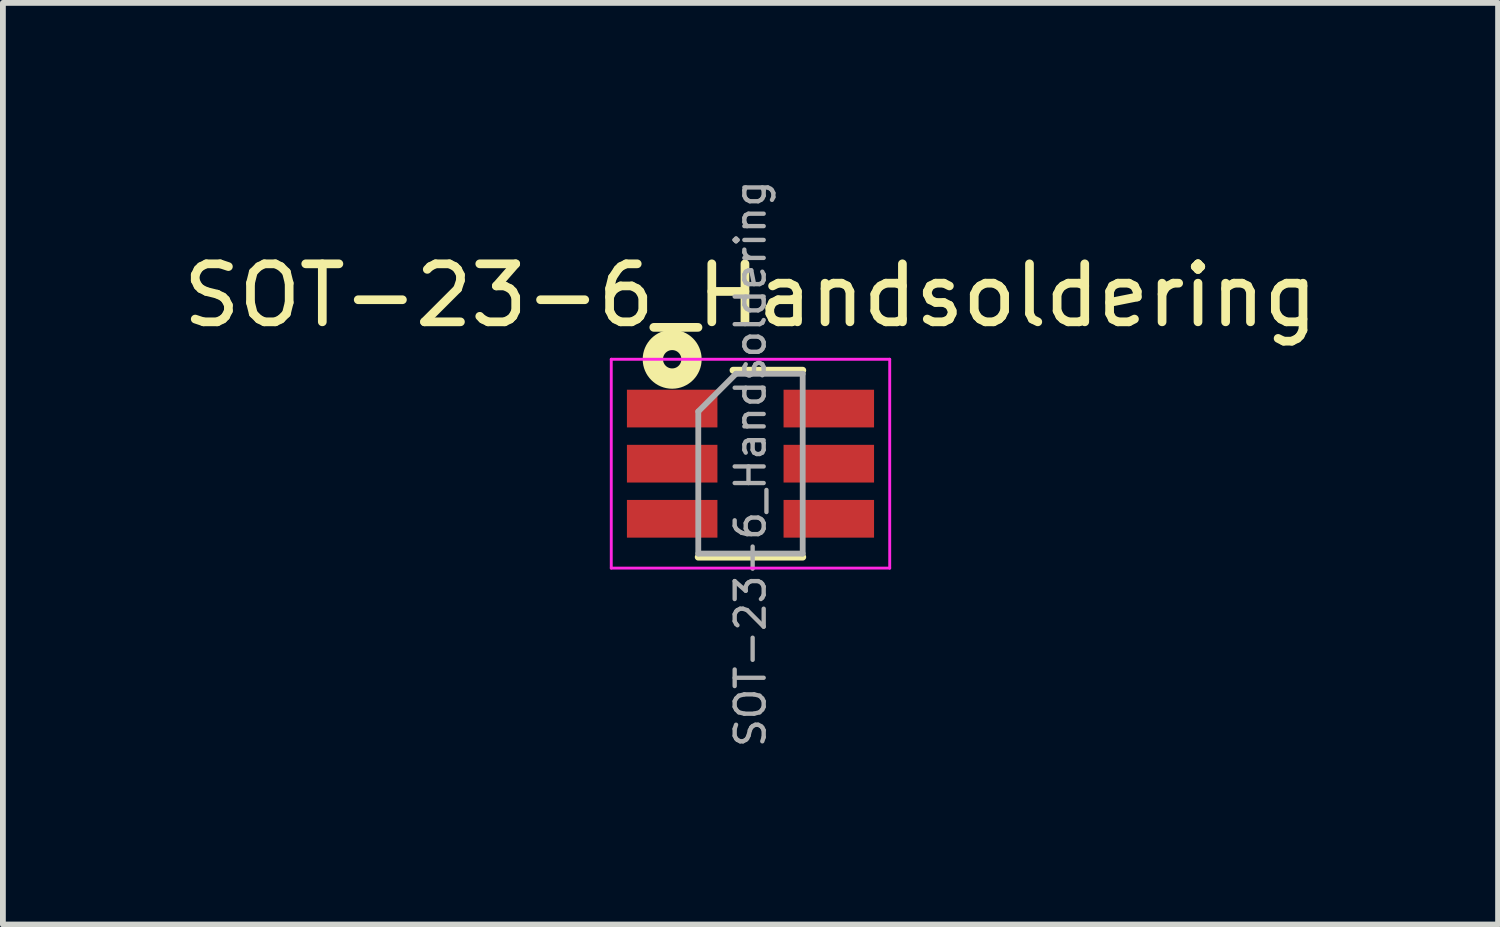
<source format=kicad_pcb>
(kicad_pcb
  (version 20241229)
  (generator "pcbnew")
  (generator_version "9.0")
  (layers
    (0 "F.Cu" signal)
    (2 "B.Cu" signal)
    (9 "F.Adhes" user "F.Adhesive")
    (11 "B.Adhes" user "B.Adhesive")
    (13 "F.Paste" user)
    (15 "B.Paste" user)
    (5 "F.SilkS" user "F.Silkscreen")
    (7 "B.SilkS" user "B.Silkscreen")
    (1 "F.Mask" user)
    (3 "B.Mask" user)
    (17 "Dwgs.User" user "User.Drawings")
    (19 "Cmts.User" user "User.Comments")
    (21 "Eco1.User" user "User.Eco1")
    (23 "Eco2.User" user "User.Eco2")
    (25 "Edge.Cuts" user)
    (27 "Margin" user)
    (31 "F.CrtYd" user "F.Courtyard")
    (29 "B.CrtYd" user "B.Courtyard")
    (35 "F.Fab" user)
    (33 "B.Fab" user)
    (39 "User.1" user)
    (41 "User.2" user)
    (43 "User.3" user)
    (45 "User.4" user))
  (footprint "SOT-23-6_Handsoldering"
    (layer "F.Cu")
    (at 9.887 4.943)
    (property "Reference" "SOT-23-6_Handsoldering" (at 0 -2.9 0) (layer "F.SilkS") (effects (font (size 1 1) (thickness 0.15))))
    (attr smd)
    (fp_line (start -0.9 1.61) (end 0.9 1.61) (stroke (width 0.12) (type solid)) (layer "F.SilkS"))
    (fp_line (start 0.9 -1.61) (end -0.3 -1.61) (stroke (width 0.12) (type solid)) (layer "F.SilkS"))
    (fp_circle (center -1.35 -1.8) (end -1.2 -1.85) (stroke (width 0.35) (type solid)) (fill no) (layer "F.SilkS"))
    (fp_line (start -2.4 -1.8) (end 2.4 -1.8) (stroke (width 0.05) (type solid)) (layer "F.CrtYd"))
    (fp_line (start -2.4 1.8) (end -2.4 -1.8) (stroke (width 0.05) (type solid)) (layer "F.CrtYd"))
    (fp_line (start 2.4 -1.8) (end 2.4 1.8) (stroke (width 0.05) (type solid)) (layer "F.CrtYd"))
    (fp_line (start 2.4 1.8) (end -2.4 1.8) (stroke (width 0.05) (type solid)) (layer "F.CrtYd"))
    (fp_line (start -0.9 -0.9) (end -0.9 1.55) (stroke (width 0.1) (type solid)) (layer "F.Fab"))
    (fp_line (start -0.9 -0.9) (end -0.25 -1.55) (stroke (width 0.1) (type solid)) (layer "F.Fab"))
    (fp_line (start 0.9 -1.55) (end -0.25 -1.55) (stroke (width 0.1) (type solid)) (layer "F.Fab"))
    (fp_line (start 0.9 -1.55) (end 0.9 1.55) (stroke (width 0.1) (type solid)) (layer "F.Fab"))
    (fp_line (start 0.9 1.55) (end -0.9 1.55) (stroke (width 0.1) (type solid)) (layer "F.Fab"))
    (fp_text user "${REFERENCE}" (at 0 0 90) (layer "F.Fab") (effects (font (size 0.5 0.5) (thickness 0.075))))
    (pad "1" smd rect (at -1.35 -0.95) (size 1.56 0.65) (layers "F.Cu" "F.Mask" "F.Paste"))
    (pad "2" smd rect (at -1.35 0) (size 1.56 0.65) (layers "F.Cu" "F.Mask" "F.Paste"))
    (pad "3" smd rect (at -1.35 0.95) (size 1.56 0.65) (layers "F.Cu" "F.Mask" "F.Paste"))
    (pad "4" smd rect (at 1.35 0.95) (size 1.56 0.65) (layers "F.Cu" "F.Mask" "F.Paste"))
    (pad "5" smd rect (at 1.35 0) (size 1.56 0.65) (layers "F.Cu" "F.Mask" "F.Paste"))
    (pad "6" smd rect (at 1.35 -0.95) (size 1.56 0.65) (layers "F.Cu" "F.Mask" "F.Paste")))
  (gr_rect
    (start -3 -3)
    (end 22.774 12.887)
    (stroke (width 0.1) (type default))
    (fill no)
    (layer "Edge.Cuts")))
</source>
